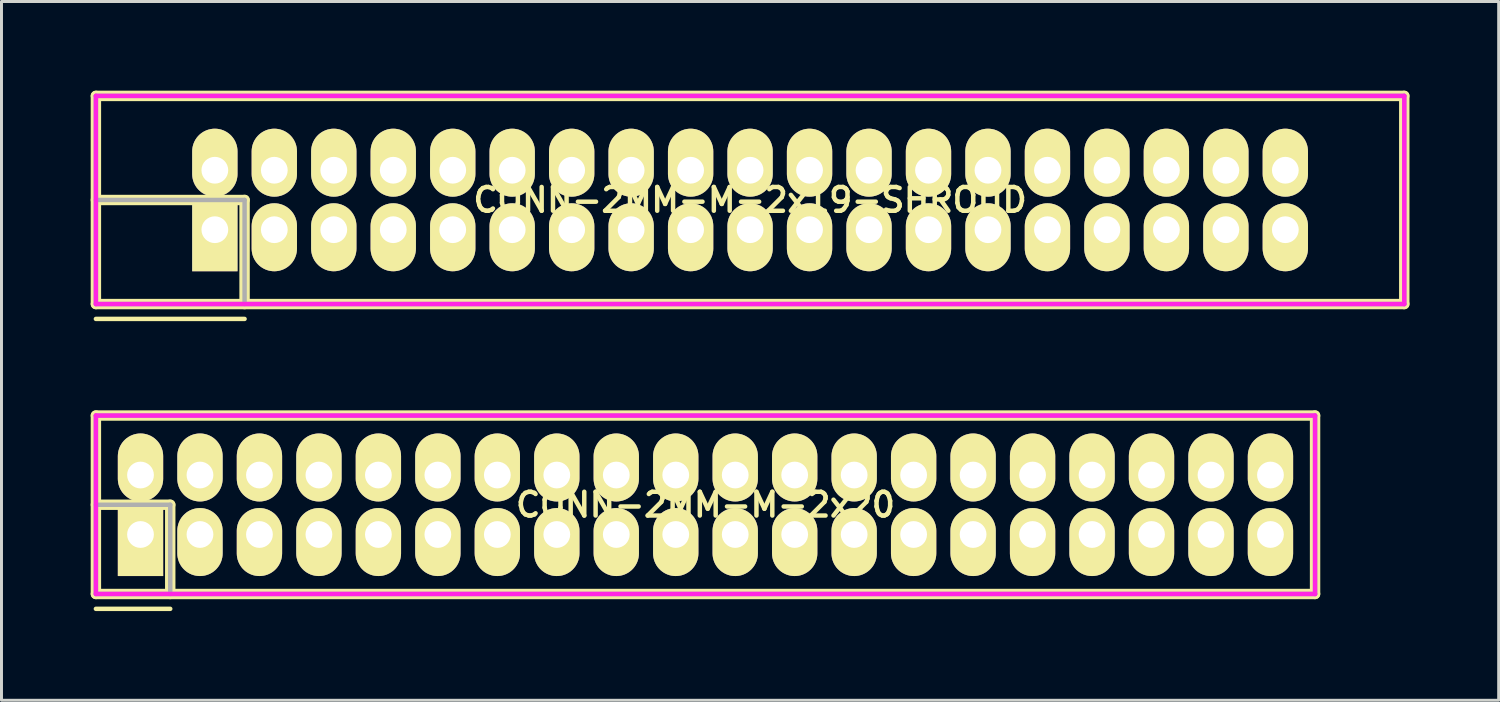
<source format=kicad_pcb>
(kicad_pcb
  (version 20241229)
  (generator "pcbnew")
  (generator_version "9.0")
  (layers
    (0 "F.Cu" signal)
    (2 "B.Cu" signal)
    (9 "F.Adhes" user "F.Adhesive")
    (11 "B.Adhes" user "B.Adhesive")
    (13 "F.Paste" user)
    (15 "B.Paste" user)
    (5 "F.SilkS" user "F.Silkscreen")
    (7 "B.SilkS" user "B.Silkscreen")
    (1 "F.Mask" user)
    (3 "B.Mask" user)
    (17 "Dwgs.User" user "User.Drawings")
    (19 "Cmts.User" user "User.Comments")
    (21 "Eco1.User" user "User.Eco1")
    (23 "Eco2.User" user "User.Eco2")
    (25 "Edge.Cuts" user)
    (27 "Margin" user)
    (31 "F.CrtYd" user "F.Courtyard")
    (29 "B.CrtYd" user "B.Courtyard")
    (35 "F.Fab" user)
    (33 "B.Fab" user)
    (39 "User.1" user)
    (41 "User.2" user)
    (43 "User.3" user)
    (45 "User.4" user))
  (footprint "CONN-2MM-M-2x19-SHROUD"
    (layer "F.Cu")
    (at 22.175 3.675)
    (property "Reference" "CONN-2MM-M-2x19-SHROUD" (at 0 0 0) (layer "F.SilkS") (effects (font (size 0.8 0.8) (thickness 0.15))))
    (attr through_hole)
    (fp_line (start -22 -3.5) (end 22 -3.5) (stroke (width 0.35) (type solid)) (layer "F.SilkS"))
    (fp_line (start -22 0) (end -17 0) (stroke (width 0.35) (type solid)) (layer "F.SilkS"))
    (fp_line (start -22 3.5) (end -22 -3.5) (stroke (width 0.35) (type solid)) (layer "F.SilkS"))
    (fp_line (start -22 4) (end -17 4) (stroke (width 0.15) (type solid)) (layer "F.SilkS"))
    (fp_line (start -17 0) (end -17 3.5) (stroke (width 0.35) (type solid)) (layer "F.SilkS"))
    (fp_line (start 22 -3.5) (end 22 3.5) (stroke (width 0.35) (type solid)) (layer "F.SilkS"))
    (fp_line (start 22 3.5) (end -22 3.5) (stroke (width 0.35) (type solid)) (layer "F.SilkS"))
    (fp_line (start -22 -3.5) (end 22 -3.5) (stroke (width 0.15) (type solid)) (layer "F.CrtYd"))
    (fp_line (start -22 3.5) (end -22 -3.5) (stroke (width 0.15) (type solid)) (layer "F.CrtYd"))
    (fp_line (start 22 -3.5) (end 22 3.5) (stroke (width 0.15) (type solid)) (layer "F.CrtYd"))
    (fp_line (start 22 3.5) (end -22 3.5) (stroke (width 0.15) (type solid)) (layer "F.CrtYd"))
    (fp_line (start -22 -3.5) (end 22 -3.5) (stroke (width 0.15) (type solid)) (layer "F.Fab"))
    (fp_line (start -22 0) (end -17 0) (stroke (width 0.15) (type solid)) (layer "F.Fab"))
    (fp_line (start -22 3.5) (end -22 -3.5) (stroke (width 0.15) (type solid)) (layer "F.Fab"))
    (fp_line (start -17 0) (end -17 3.5) (stroke (width 0.15) (type solid)) (layer "F.Fab"))
    (fp_line (start 22 -3.5) (end 22 3.5) (stroke (width 0.15) (type solid)) (layer "F.Fab"))
    (fp_line (start 22 3.5) (end -22 3.5) (stroke (width 0.15) (type solid)) (layer "F.Fab"))
    (pad "1" thru_hole rect (at -18 1) (size 1.524 2.286) (drill 0.9 (offset 0 0.254)) (layers "*.Cu" "*.Mask" "F.SilkS"))
    (pad "2" thru_hole oval (at -18 -1) (size 1.524 2.286) (drill 0.9 (offset 0 -0.254)) (layers "*.Cu" "*.Mask" "F.SilkS"))
    (pad "3" thru_hole oval (at -16 1) (size 1.524 2.286) (drill 0.9 (offset 0 0.254)) (layers "*.Cu" "*.Mask" "F.SilkS"))
    (pad "4" thru_hole oval (at -16 -1) (size 1.524 2.286) (drill 0.9 (offset 0 -0.254)) (layers "*.Cu" "*.Mask" "F.SilkS"))
    (pad "5" thru_hole oval (at -14 1) (size 1.524 2.286) (drill 0.9 (offset 0 0.254)) (layers "*.Cu" "*.Mask" "F.SilkS"))
    (pad "6" thru_hole oval (at -14 -1) (size 1.524 2.286) (drill 0.9 (offset 0 -0.254)) (layers "*.Cu" "*.Mask" "F.SilkS"))
    (pad "7" thru_hole oval (at -12 1) (size 1.524 2.286) (drill 0.9 (offset 0 0.254)) (layers "*.Cu" "*.Mask" "F.SilkS"))
    (pad "8" thru_hole oval (at -12 -1) (size 1.524 2.286) (drill 0.9 (offset 0 -0.254)) (layers "*.Cu" "*.Mask" "F.SilkS"))
    (pad "9" thru_hole oval (at -10 1) (size 1.524 2.286) (drill 0.9 (offset 0 0.254)) (layers "*.Cu" "*.Mask" "F.SilkS"))
    (pad "10" thru_hole oval (at -10 -1) (size 1.524 2.286) (drill 0.9 (offset 0 -0.254)) (layers "*.Cu" "*.Mask" "F.SilkS"))
    (pad "11" thru_hole oval (at -8 1) (size 1.524 2.286) (drill 0.9 (offset 0 0.254)) (layers "*.Cu" "*.Mask" "F.SilkS"))
    (pad "12" thru_hole oval (at -8 -1) (size 1.524 2.286) (drill 0.9 (offset 0 -0.254)) (layers "*.Cu" "*.Mask" "F.SilkS"))
    (pad "13" thru_hole oval (at -6 1) (size 1.524 2.286) (drill 0.9 (offset 0 0.254)) (layers "*.Cu" "*.Mask" "F.SilkS"))
    (pad "14" thru_hole oval (at -6 -1) (size 1.524 2.286) (drill 0.9 (offset 0 -0.254)) (layers "*.Cu" "*.Mask" "F.SilkS"))
    (pad "15" thru_hole oval (at -4 1) (size 1.524 2.286) (drill 0.9 (offset 0 0.254)) (layers "*.Cu" "*.Mask" "F.SilkS"))
    (pad "16" thru_hole oval (at -4 -1) (size 1.524 2.286) (drill 0.9 (offset 0 -0.254)) (layers "*.Cu" "*.Mask" "F.SilkS"))
    (pad "17" thru_hole oval (at -2 1) (size 1.524 2.286) (drill 0.9 (offset 0 0.254)) (layers "*.Cu" "*.Mask" "F.SilkS"))
    (pad "18" thru_hole oval (at -2 -1) (size 1.524 2.286) (drill 0.9 (offset 0 -0.254)) (layers "*.Cu" "*.Mask" "F.SilkS"))
    (pad "19" thru_hole oval (at 0 1) (size 1.524 2.286) (drill 0.9 (offset 0 0.254)) (layers "*.Cu" "*.Mask" "F.SilkS"))
    (pad "20" thru_hole oval (at 0 -1) (size 1.524 2.286) (drill 0.9 (offset 0 -0.254)) (layers "*.Cu" "*.Mask" "F.SilkS"))
    (pad "21" thru_hole oval (at 2 1) (size 1.524 2.286) (drill 0.9 (offset 0 0.254)) (layers "*.Cu" "*.Mask" "F.SilkS"))
    (pad "22" thru_hole oval (at 2 -1) (size 1.524 2.286) (drill 0.9 (offset 0 -0.254)) (layers "*.Cu" "*.Mask" "F.SilkS"))
    (pad "23" thru_hole oval (at 4 1) (size 1.524 2.286) (drill 0.9 (offset 0 0.254)) (layers "*.Cu" "*.Mask" "F.SilkS"))
    (pad "24" thru_hole oval (at 4 -1) (size 1.524 2.286) (drill 0.9 (offset 0 -0.254)) (layers "*.Cu" "*.Mask" "F.SilkS"))
    (pad "25" thru_hole oval (at 6 1) (size 1.524 2.286) (drill 0.9 (offset 0 0.254)) (layers "*.Cu" "*.Mask" "F.SilkS"))
    (pad "26" thru_hole oval (at 6 -1) (size 1.524 2.286) (drill 0.9 (offset 0 -0.254)) (layers "*.Cu" "*.Mask" "F.SilkS"))
    (pad "27" thru_hole oval (at 8 1) (size 1.524 2.286) (drill 0.9 (offset 0 0.254)) (layers "*.Cu" "*.Mask" "F.SilkS"))
    (pad "28" thru_hole oval (at 8 -1) (size 1.524 2.286) (drill 0.9 (offset 0 -0.254)) (layers "*.Cu" "*.Mask" "F.SilkS"))
    (pad "29" thru_hole oval (at 10 1) (size 1.524 2.286) (drill 0.9 (offset 0 0.254)) (layers "*.Cu" "*.Mask" "F.SilkS"))
    (pad "30" thru_hole oval (at 10 -1) (size 1.524 2.286) (drill 0.9 (offset 0 -0.254)) (layers "*.Cu" "*.Mask" "F.SilkS"))
    (pad "31" thru_hole oval (at 12 1) (size 1.524 2.286) (drill 0.9 (offset 0 0.254)) (layers "*.Cu" "*.Mask" "F.SilkS"))
    (pad "32" thru_hole oval (at 12 -1) (size 1.524 2.286) (drill 0.9 (offset 0 -0.254)) (layers "*.Cu" "*.Mask" "F.SilkS"))
    (pad "33" thru_hole oval (at 14 1) (size 1.524 2.286) (drill 0.9 (offset 0 0.254)) (layers "*.Cu" "*.Mask" "F.SilkS"))
    (pad "34" thru_hole oval (at 14 -1) (size 1.524 2.286) (drill 0.9 (offset 0 -0.254)) (layers "*.Cu" "*.Mask" "F.SilkS"))
    (pad "35" thru_hole oval (at 16 1) (size 1.524 2.286) (drill 0.9 (offset 0 0.254)) (layers "*.Cu" "*.Mask" "F.SilkS"))
    (pad "36" thru_hole oval (at 16 -1) (size 1.524 2.286) (drill 0.9 (offset 0 -0.254)) (layers "*.Cu" "*.Mask" "F.SilkS"))
    (pad "37" thru_hole oval (at 18 1) (size 1.524 2.286) (drill 0.9 (offset 0 0.254)) (layers "*.Cu" "*.Mask" "F.SilkS"))
    (pad "38" thru_hole oval (at 18 -1) (size 1.524 2.286) (drill 0.9 (offset 0 -0.254)) (layers "*.Cu" "*.Mask" "F.SilkS")))
  (footprint "CONN-2MM-M-2x20"
    (layer "F.Cu")
    (at 20.675 13.925)
    (property "Reference" "CONN-2MM-M-2x20" (at 0 0 0) (layer "F.SilkS") (effects (font (size 0.8 0.8) (thickness 0.15))))
    (attr through_hole)
    (fp_line (start -20.5 -3) (end 20.5 -3) (stroke (width 0.35) (type solid)) (layer "F.SilkS"))
    (fp_line (start -20.5 0) (end -18 0) (stroke (width 0.35) (type solid)) (layer "F.SilkS"))
    (fp_line (start -20.5 3) (end -20.5 -3) (stroke (width 0.35) (type solid)) (layer "F.SilkS"))
    (fp_line (start -20.5 3.5) (end -18 3.5) (stroke (width 0.15) (type solid)) (layer "F.SilkS"))
    (fp_line (start -18 0) (end -18 3) (stroke (width 0.35) (type solid)) (layer "F.SilkS"))
    (fp_line (start 20.5 -3) (end 20.5 3) (stroke (width 0.35) (type solid)) (layer "F.SilkS"))
    (fp_line (start 20.5 3) (end -20.5 3) (stroke (width 0.35) (type solid)) (layer "F.SilkS"))
    (fp_line (start -20.5 -3) (end 20.5 -3) (stroke (width 0.15) (type solid)) (layer "F.CrtYd"))
    (fp_line (start -20.5 3) (end -20.5 -3) (stroke (width 0.15) (type solid)) (layer "F.CrtYd"))
    (fp_line (start 20.5 -3) (end 20.5 3) (stroke (width 0.15) (type solid)) (layer "F.CrtYd"))
    (fp_line (start 20.5 3) (end -20.5 3) (stroke (width 0.15) (type solid)) (layer "F.CrtYd"))
    (fp_line (start -20.5 -3) (end 20.5 -3) (stroke (width 0.15) (type solid)) (layer "F.Fab"))
    (fp_line (start -20.5 0) (end -18 0) (stroke (width 0.15) (type solid)) (layer "F.Fab"))
    (fp_line (start -20.5 3) (end -20.5 -3) (stroke (width 0.15) (type solid)) (layer "F.Fab"))
    (fp_line (start -18 0) (end -18 3) (stroke (width 0.15) (type solid)) (layer "F.Fab"))
    (fp_line (start 20.5 -3) (end 20.5 3) (stroke (width 0.15) (type solid)) (layer "F.Fab"))
    (fp_line (start 20.5 3) (end -20.5 3) (stroke (width 0.15) (type solid)) (layer "F.Fab"))
    (pad "1" thru_hole rect (at -19 1) (size 1.524 2.286) (drill 0.9 (offset 0 0.254)) (layers "*.Cu" "*.Mask" "F.SilkS"))
    (pad "2" thru_hole oval (at -19 -1) (size 1.524 2.286) (drill 0.9 (offset 0 -0.254)) (layers "*.Cu" "*.Mask" "F.SilkS"))
    (pad "3" thru_hole oval (at -17 1) (size 1.524 2.286) (drill 0.9 (offset 0 0.254)) (layers "*.Cu" "*.Mask" "F.SilkS"))
    (pad "4" thru_hole oval (at -17 -1) (size 1.524 2.286) (drill 0.9 (offset 0 -0.254)) (layers "*.Cu" "*.Mask" "F.SilkS"))
    (pad "5" thru_hole oval (at -15 1) (size 1.524 2.286) (drill 0.9 (offset 0 0.254)) (layers "*.Cu" "*.Mask" "F.SilkS"))
    (pad "6" thru_hole oval (at -15 -1) (size 1.524 2.286) (drill 0.9 (offset 0 -0.254)) (layers "*.Cu" "*.Mask" "F.SilkS"))
    (pad "7" thru_hole oval (at -13 1) (size 1.524 2.286) (drill 0.9 (offset 0 0.254)) (layers "*.Cu" "*.Mask" "F.SilkS"))
    (pad "8" thru_hole oval (at -13 -1) (size 1.524 2.286) (drill 0.9 (offset 0 -0.254)) (layers "*.Cu" "*.Mask" "F.SilkS"))
    (pad "9" thru_hole oval (at -11 1) (size 1.524 2.286) (drill 0.9 (offset 0 0.254)) (layers "*.Cu" "*.Mask" "F.SilkS"))
    (pad "10" thru_hole oval (at -11 -1) (size 1.524 2.286) (drill 0.9 (offset 0 -0.254)) (layers "*.Cu" "*.Mask" "F.SilkS"))
    (pad "11" thru_hole oval (at -9 1) (size 1.524 2.286) (drill 0.9 (offset 0 0.254)) (layers "*.Cu" "*.Mask" "F.SilkS"))
    (pad "12" thru_hole oval (at -9 -1) (size 1.524 2.286) (drill 0.9 (offset 0 -0.254)) (layers "*.Cu" "*.Mask" "F.SilkS"))
    (pad "13" thru_hole oval (at -7 1) (size 1.524 2.286) (drill 0.9 (offset 0 0.254)) (layers "*.Cu" "*.Mask" "F.SilkS"))
    (pad "14" thru_hole oval (at -7 -1) (size 1.524 2.286) (drill 0.9 (offset 0 -0.254)) (layers "*.Cu" "*.Mask" "F.SilkS"))
    (pad "15" thru_hole oval (at -5 1) (size 1.524 2.286) (drill 0.9 (offset 0 0.254)) (layers "*.Cu" "*.Mask" "F.SilkS"))
    (pad "16" thru_hole oval (at -5 -1) (size 1.524 2.286) (drill 0.9 (offset 0 -0.254)) (layers "*.Cu" "*.Mask" "F.SilkS"))
    (pad "17" thru_hole oval (at -3 1) (size 1.524 2.286) (drill 0.9 (offset 0 0.254)) (layers "*.Cu" "*.Mask" "F.SilkS"))
    (pad "18" thru_hole oval (at -3 -1) (size 1.524 2.286) (drill 0.9 (offset 0 -0.254)) (layers "*.Cu" "*.Mask" "F.SilkS"))
    (pad "19" thru_hole oval (at -1 1) (size 1.524 2.286) (drill 0.9 (offset 0 0.254)) (layers "*.Cu" "*.Mask" "F.SilkS"))
    (pad "20" thru_hole oval (at -1 -1) (size 1.524 2.286) (drill 0.9 (offset 0 -0.254)) (layers "*.Cu" "*.Mask" "F.SilkS"))
    (pad "21" thru_hole oval (at 1 1) (size 1.524 2.286) (drill 0.9 (offset 0 0.254)) (layers "*.Cu" "*.Mask" "F.SilkS"))
    (pad "22" thru_hole oval (at 1 -1) (size 1.524 2.286) (drill 0.9 (offset 0 -0.254)) (layers "*.Cu" "*.Mask" "F.SilkS"))
    (pad "23" thru_hole oval (at 3 1) (size 1.524 2.286) (drill 0.9 (offset 0 0.254)) (layers "*.Cu" "*.Mask" "F.SilkS"))
    (pad "24" thru_hole oval (at 3 -1) (size 1.524 2.286) (drill 0.9 (offset 0 -0.254)) (layers "*.Cu" "*.Mask" "F.SilkS"))
    (pad "25" thru_hole oval (at 5 1) (size 1.524 2.286) (drill 0.9 (offset 0 0.254)) (layers "*.Cu" "*.Mask" "F.SilkS"))
    (pad "26" thru_hole oval (at 5 -1) (size 1.524 2.286) (drill 0.9 (offset 0 -0.254)) (layers "*.Cu" "*.Mask" "F.SilkS"))
    (pad "27" thru_hole oval (at 7 1) (size 1.524 2.286) (drill 0.9 (offset 0 0.254)) (layers "*.Cu" "*.Mask" "F.SilkS"))
    (pad "28" thru_hole oval (at 7 -1) (size 1.524 2.286) (drill 0.9 (offset 0 -0.254)) (layers "*.Cu" "*.Mask" "F.SilkS"))
    (pad "29" thru_hole oval (at 9 1) (size 1.524 2.286) (drill 0.9 (offset 0 0.254)) (layers "*.Cu" "*.Mask" "F.SilkS"))
    (pad "30" thru_hole oval (at 9 -1) (size 1.524 2.286) (drill 0.9 (offset 0 -0.254)) (layers "*.Cu" "*.Mask" "F.SilkS"))
    (pad "31" thru_hole oval (at 11 1) (size 1.524 2.286) (drill 0.9 (offset 0 0.254)) (layers "*.Cu" "*.Mask" "F.SilkS"))
    (pad "32" thru_hole oval (at 11 -1) (size 1.524 2.286) (drill 0.9 (offset 0 -0.254)) (layers "*.Cu" "*.Mask" "F.SilkS"))
    (pad "33" thru_hole oval (at 13 1) (size 1.524 2.286) (drill 0.9 (offset 0 0.254)) (layers "*.Cu" "*.Mask" "F.SilkS"))
    (pad "34" thru_hole oval (at 13 -1) (size 1.524 2.286) (drill 0.9 (offset 0 -0.254)) (layers "*.Cu" "*.Mask" "F.SilkS"))
    (pad "35" thru_hole oval (at 15 1) (size 1.524 2.286) (drill 0.9 (offset 0 0.254)) (layers "*.Cu" "*.Mask" "F.SilkS"))
    (pad "36" thru_hole oval (at 15 -1) (size 1.524 2.286) (drill 0.9 (offset 0 -0.254)) (layers "*.Cu" "*.Mask" "F.SilkS"))
    (pad "37" thru_hole oval (at 17 1) (size 1.524 2.286) (drill 0.9 (offset 0 0.254)) (layers "*.Cu" "*.Mask" "F.SilkS"))
    (pad "38" thru_hole oval (at 17 -1) (size 1.524 2.286) (drill 0.9 (offset 0 -0.254)) (layers "*.Cu" "*.Mask" "F.SilkS"))
    (pad "39" thru_hole oval (at 19 1) (size 1.524 2.286) (drill 0.9 (offset 0 0.254)) (layers "*.Cu" "*.Mask" "F.SilkS"))
    (pad "40" thru_hole oval (at 19 -1) (size 1.524 2.286) (drill 0.9 (offset 0 -0.254)) (layers "*.Cu" "*.Mask" "F.SilkS")))
  (gr_rect
    (start -3 -3)
    (end 47.35 20.5)
    (stroke (width 0.1) (type default))
    (fill no)
    (layer "Edge.Cuts")))
</source>
